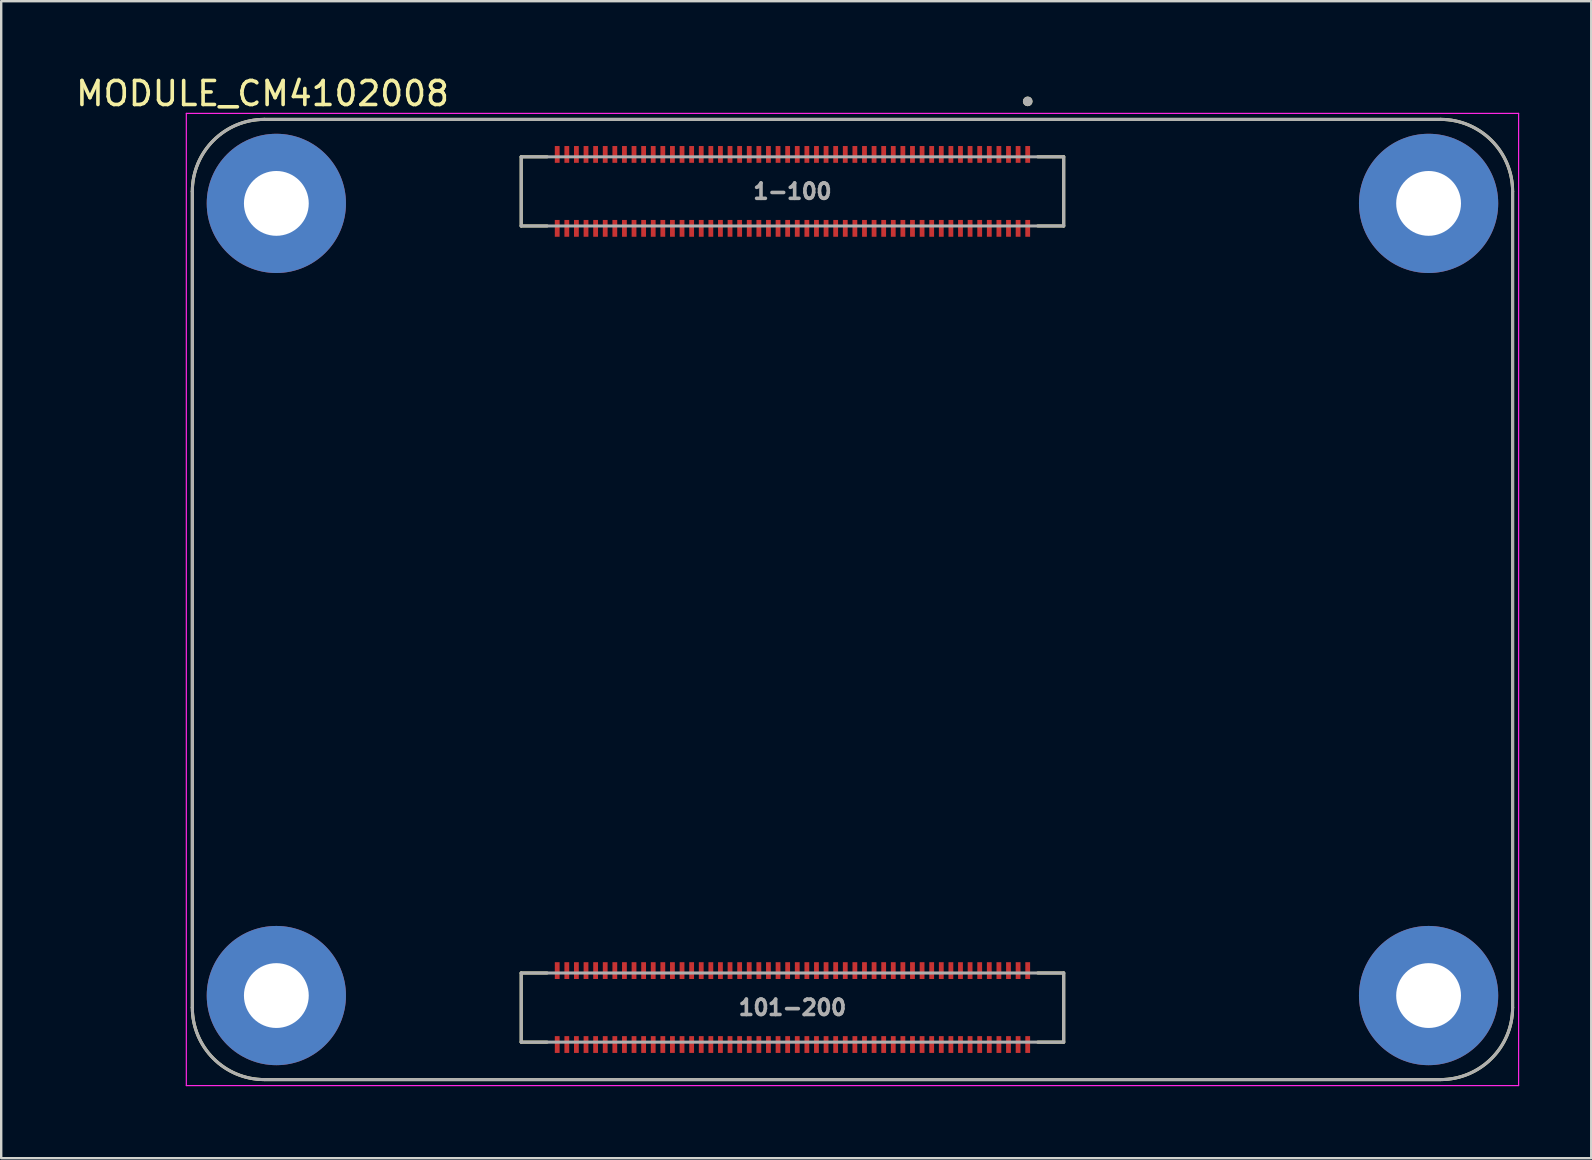
<source format=kicad_pcb>
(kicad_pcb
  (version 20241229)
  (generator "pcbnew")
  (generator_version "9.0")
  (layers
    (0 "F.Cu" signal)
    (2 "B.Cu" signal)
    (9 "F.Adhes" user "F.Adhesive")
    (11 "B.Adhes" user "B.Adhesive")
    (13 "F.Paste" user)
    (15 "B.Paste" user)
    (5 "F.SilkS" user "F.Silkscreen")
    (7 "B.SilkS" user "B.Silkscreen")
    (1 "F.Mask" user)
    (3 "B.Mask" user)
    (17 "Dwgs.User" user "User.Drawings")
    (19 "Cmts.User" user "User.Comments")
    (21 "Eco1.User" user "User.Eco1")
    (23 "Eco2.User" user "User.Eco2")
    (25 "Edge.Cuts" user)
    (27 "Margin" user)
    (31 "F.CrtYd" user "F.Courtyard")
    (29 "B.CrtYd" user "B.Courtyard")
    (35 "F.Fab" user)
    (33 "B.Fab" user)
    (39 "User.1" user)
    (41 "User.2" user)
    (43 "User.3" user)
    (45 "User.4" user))
  (footprint "MODULE_CM4102008"
    (layer "F.Cu")
    (at 32.462 21.923)
    (property "Reference" "MODULE_CM4102008" (at -24.575 -21.075 0) (layer "F.SilkS") (effects (font (size 1 1) (thickness 0.15))))
    (attr smd)
    (fp_line (start -27.5 -17) (end -27.5 17) (stroke (width 0.127) (type solid)) (layer "F.SilkS"))
    (fp_line (start -24.5 20) (end 24.5 20) (stroke (width 0.127) (type solid)) (layer "F.SilkS"))
    (fp_line (start -13.8 -18.44) (end -13.8 -15.56) (stroke (width 0.127) (type solid)) (layer "F.SilkS"))
    (fp_line (start -13.8 -15.56) (end -12.72 -15.56) (stroke (width 0.127) (type solid)) (layer "F.SilkS"))
    (fp_line (start -13.8 15.56) (end -13.8 18.44) (stroke (width 0.127) (type solid)) (layer "F.SilkS"))
    (fp_line (start -13.8 18.44) (end -12.72 18.44) (stroke (width 0.127) (type solid)) (layer "F.SilkS"))
    (fp_line (start -12.72 -18.44) (end -13.8 -18.44) (stroke (width 0.127) (type solid)) (layer "F.SilkS"))
    (fp_line (start -12.72 15.56) (end -13.8 15.56) (stroke (width 0.127) (type solid)) (layer "F.SilkS"))
    (fp_line (start 7.72 -18.44) (end 8.8 -18.44) (stroke (width 0.127) (type solid)) (layer "F.SilkS"))
    (fp_line (start 7.72 15.56) (end 8.8 15.56) (stroke (width 0.127) (type solid)) (layer "F.SilkS"))
    (fp_line (start 8.8 -18.44) (end 8.8 -15.56) (stroke (width 0.127) (type solid)) (layer "F.SilkS"))
    (fp_line (start 8.8 -15.56) (end 7.72 -15.56) (stroke (width 0.127) (type solid)) (layer "F.SilkS"))
    (fp_line (start 8.8 15.56) (end 8.8 18.44) (stroke (width 0.127) (type solid)) (layer "F.SilkS"))
    (fp_line (start 8.8 18.44) (end 7.72 18.44) (stroke (width 0.127) (type solid)) (layer "F.SilkS"))
    (fp_line (start 24.5 -20) (end -24.5 -20) (stroke (width 0.127) (type solid)) (layer "F.SilkS"))
    (fp_line (start 27.5 17) (end 27.5 -17) (stroke (width 0.127) (type solid)) (layer "F.SilkS"))
    (fp_arc (start -27.5 -17) (mid -26.62132 -19.12132) (end -24.5 -20) (stroke (width 0.127) (type solid)) (layer "F.SilkS"))
    (fp_arc (start -24.5 20) (mid -26.62132 19.12132) (end -27.5 17) (stroke (width 0.127) (type solid)) (layer "F.SilkS"))
    (fp_arc (start 24.5 -20) (mid 26.62132 -19.12132) (end 27.5 -17) (stroke (width 0.127) (type solid)) (layer "F.SilkS"))
    (fp_arc (start 27.5 17) (mid 26.62132 19.12132) (end 24.5 20) (stroke (width 0.127) (type solid)) (layer "F.SilkS"))
    (fp_circle (center 7.3 -20.75) (end 7.4 -20.75) (stroke (width 0.2) (type solid)) (fill no) (layer "F.SilkS"))
    (fp_line (start -27.75 -20.25) (end -27.75 20.25) (stroke (width 0.05) (type solid)) (layer "F.CrtYd"))
    (fp_line (start -27.75 20.25) (end 27.75 20.25) (stroke (width 0.05) (type solid)) (layer "F.CrtYd"))
    (fp_line (start 27.75 -20.25) (end -27.75 -20.25) (stroke (width 0.05) (type solid)) (layer "F.CrtYd"))
    (fp_line (start 27.75 20.25) (end 27.75 -20.25) (stroke (width 0.05) (type solid)) (layer "F.CrtYd"))
    (fp_line (start -27.5 -17) (end -27.5 17) (stroke (width 0.127) (type solid)) (layer "F.Fab"))
    (fp_line (start -24.5 20) (end 24.5 20) (stroke (width 0.127) (type solid)) (layer "F.Fab"))
    (fp_line (start -13.8 -18.44) (end 8.8 -18.44) (stroke (width 0.127) (type solid)) (layer "F.Fab"))
    (fp_line (start -13.8 -15.56) (end -13.8 -18.44) (stroke (width 0.127) (type solid)) (layer "F.Fab"))
    (fp_line (start -13.8 15.56) (end 8.8 15.56) (stroke (width 0.127) (type solid)) (layer "F.Fab"))
    (fp_line (start -13.8 18.44) (end -13.8 15.56) (stroke (width 0.127) (type solid)) (layer "F.Fab"))
    (fp_line (start 8.8 -18.44) (end 8.8 -15.56) (stroke (width 0.127) (type solid)) (layer "F.Fab"))
    (fp_line (start 8.8 -15.56) (end -13.8 -15.56) (stroke (width 0.127) (type solid)) (layer "F.Fab"))
    (fp_line (start 8.8 15.56) (end 8.8 18.44) (stroke (width 0.127) (type solid)) (layer "F.Fab"))
    (fp_line (start 8.8 18.44) (end -13.8 18.44) (stroke (width 0.127) (type solid)) (layer "F.Fab"))
    (fp_line (start 24.5 -20) (end -24.5 -20) (stroke (width 0.127) (type solid)) (layer "F.Fab"))
    (fp_line (start 27.5 17) (end 27.5 -17) (stroke (width 0.127) (type solid)) (layer "F.Fab"))
    (fp_arc (start -27.5 -17) (mid -26.62132 -19.12132) (end -24.5 -20) (stroke (width 0.127) (type solid)) (layer "F.Fab"))
    (fp_arc (start -24.5 20) (mid -26.62132 19.12132) (end -27.5 17) (stroke (width 0.127) (type solid)) (layer "F.Fab"))
    (fp_arc (start 24.5 -20) (mid 26.62132 -19.12132) (end 27.5 -17) (stroke (width 0.127) (type solid)) (layer "F.Fab"))
    (fp_arc (start 27.5 17) (mid 26.62132 19.12132) (end 24.5 20) (stroke (width 0.127) (type solid)) (layer "F.Fab"))
    (fp_circle (center 7.3 -20.75) (end 7.4 -20.75) (stroke (width 0.2) (type solid)) (fill no) (layer "F.Fab"))
    (fp_text user "101-200" (at -2.5 17 0) (layer "F.Fab") (effects (font (size 0.64 0.64) (thickness 0.15))))
    (fp_text user "1-100" (at -2.5 -17 0) (layer "F.Fab") (effects (font (size 0.64 0.64) (thickness 0.15))))
    (pad "1" smd rect (at 7.3 -18.54) (size 0.2 0.7) (layers "F.Cu" "F.Mask" "F.Paste"))
    (pad "2" smd rect (at 7.3 -15.46) (size 0.2 0.7) (layers "F.Cu" "F.Mask" "F.Paste"))
    (pad "3" smd rect (at 6.9 -18.54) (size 0.2 0.7) (layers "F.Cu" "F.Mask" "F.Paste"))
    (pad "4" smd rect (at 6.9 -15.46) (size 0.2 0.7) (layers "F.Cu" "F.Mask" "F.Paste"))
    (pad "5" smd rect (at 6.5 -18.54) (size 0.2 0.7) (layers "F.Cu" "F.Mask" "F.Paste"))
    (pad "6" smd rect (at 6.5 -15.46) (size 0.2 0.7) (layers "F.Cu" "F.Mask" "F.Paste"))
    (pad "7" smd rect (at 6.1 -18.54) (size 0.2 0.7) (layers "F.Cu" "F.Mask" "F.Paste"))
    (pad "8" smd rect (at 6.1 -15.46) (size 0.2 0.7) (layers "F.Cu" "F.Mask" "F.Paste"))
    (pad "9" smd rect (at 5.7 -18.54) (size 0.2 0.7) (layers "F.Cu" "F.Mask" "F.Paste"))
    (pad "10" smd rect (at 5.7 -15.46) (size 0.2 0.7) (layers "F.Cu" "F.Mask" "F.Paste"))
    (pad "11" smd rect (at 5.3 -18.54) (size 0.2 0.7) (layers "F.Cu" "F.Mask" "F.Paste"))
    (pad "12" smd rect (at 5.3 -15.46) (size 0.2 0.7) (layers "F.Cu" "F.Mask" "F.Paste"))
    (pad "13" smd rect (at 4.9 -18.54) (size 0.2 0.7) (layers "F.Cu" "F.Mask" "F.Paste"))
    (pad "14" smd rect (at 4.9 -15.46) (size 0.2 0.7) (layers "F.Cu" "F.Mask" "F.Paste"))
    (pad "15" smd rect (at 4.5 -18.54) (size 0.2 0.7) (layers "F.Cu" "F.Mask" "F.Paste"))
    (pad "16" smd rect (at 4.5 -15.46) (size 0.2 0.7) (layers "F.Cu" "F.Mask" "F.Paste"))
    (pad "17" smd rect (at 4.1 -18.54) (size 0.2 0.7) (layers "F.Cu" "F.Mask" "F.Paste"))
    (pad "18" smd rect (at 4.1 -15.46) (size 0.2 0.7) (layers "F.Cu" "F.Mask" "F.Paste"))
    (pad "19" smd rect (at 3.7 -18.54) (size 0.2 0.7) (layers "F.Cu" "F.Mask" "F.Paste"))
    (pad "20" smd rect (at 3.7 -15.46) (size 0.2 0.7) (layers "F.Cu" "F.Mask" "F.Paste"))
    (pad "21" smd rect (at 3.3 -18.54) (size 0.2 0.7) (layers "F.Cu" "F.Mask" "F.Paste"))
    (pad "22" smd rect (at 3.3 -15.46) (size 0.2 0.7) (layers "F.Cu" "F.Mask" "F.Paste"))
    (pad "23" smd rect (at 2.9 -18.54) (size 0.2 0.7) (layers "F.Cu" "F.Mask" "F.Paste"))
    (pad "24" smd rect (at 2.9 -15.46) (size 0.2 0.7) (layers "F.Cu" "F.Mask" "F.Paste"))
    (pad "25" smd rect (at 2.5 -18.54) (size 0.2 0.7) (layers "F.Cu" "F.Mask" "F.Paste"))
    (pad "26" smd rect (at 2.5 -15.46) (size 0.2 0.7) (layers "F.Cu" "F.Mask" "F.Paste"))
    (pad "27" smd rect (at 2.1 -18.54) (size 0.2 0.7) (layers "F.Cu" "F.Mask" "F.Paste"))
    (pad "28" smd rect (at 2.1 -15.46) (size 0.2 0.7) (layers "F.Cu" "F.Mask" "F.Paste"))
    (pad "29" smd rect (at 1.7 -18.54) (size 0.2 0.7) (layers "F.Cu" "F.Mask" "F.Paste"))
    (pad "30" smd rect (at 1.7 -15.46) (size 0.2 0.7) (layers "F.Cu" "F.Mask" "F.Paste"))
    (pad "31" smd rect (at 1.3 -18.54) (size 0.2 0.7) (layers "F.Cu" "F.Mask" "F.Paste"))
    (pad "32" smd rect (at 1.3 -15.46) (size 0.2 0.7) (layers "F.Cu" "F.Mask" "F.Paste"))
    (pad "33" smd rect (at 0.9 -18.54) (size 0.2 0.7) (layers "F.Cu" "F.Mask" "F.Paste"))
    (pad "34" smd rect (at 0.9 -15.46) (size 0.2 0.7) (layers "F.Cu" "F.Mask" "F.Paste"))
    (pad "35" smd rect (at 0.5 -18.54) (size 0.2 0.7) (layers "F.Cu" "F.Mask" "F.Paste"))
    (pad "36" smd rect (at 0.5 -15.46) (size 0.2 0.7) (layers "F.Cu" "F.Mask" "F.Paste"))
    (pad "37" smd rect (at 0.1 -18.54) (size 0.2 0.7) (layers "F.Cu" "F.Mask" "F.Paste"))
    (pad "38" smd rect (at 0.1 -15.46) (size 0.2 0.7) (layers "F.Cu" "F.Mask" "F.Paste"))
    (pad "39" smd rect (at -0.3 -18.54) (size 0.2 0.7) (layers "F.Cu" "F.Mask" "F.Paste"))
    (pad "40" smd rect (at -0.3 -15.46) (size 0.2 0.7) (layers "F.Cu" "F.Mask" "F.Paste"))
    (pad "41" smd rect (at -0.7 -18.54) (size 0.2 0.7) (layers "F.Cu" "F.Mask" "F.Paste"))
    (pad "42" smd rect (at -0.7 -15.46) (size 0.2 0.7) (layers "F.Cu" "F.Mask" "F.Paste"))
    (pad "43" smd rect (at -1.1 -18.54) (size 0.2 0.7) (layers "F.Cu" "F.Mask" "F.Paste"))
    (pad "44" smd rect (at -1.1 -15.46) (size 0.2 0.7) (layers "F.Cu" "F.Mask" "F.Paste"))
    (pad "45" smd rect (at -1.5 -18.54) (size 0.2 0.7) (layers "F.Cu" "F.Mask" "F.Paste"))
    (pad "46" smd rect (at -1.5 -15.46) (size 0.2 0.7) (layers "F.Cu" "F.Mask" "F.Paste"))
    (pad "47" smd rect (at -1.9 -18.54) (size 0.2 0.7) (layers "F.Cu" "F.Mask" "F.Paste"))
    (pad "48" smd rect (at -1.9 -15.46) (size 0.2 0.7) (layers "F.Cu" "F.Mask" "F.Paste"))
    (pad "49" smd rect (at -2.3 -18.54) (size 0.2 0.7) (layers "F.Cu" "F.Mask" "F.Paste"))
    (pad "50" smd rect (at -2.3 -15.46) (size 0.2 0.7) (layers "F.Cu" "F.Mask" "F.Paste"))
    (pad "51" smd rect (at -2.7 -18.54) (size 0.2 0.7) (layers "F.Cu" "F.Mask" "F.Paste"))
    (pad "52" smd rect (at -2.7 -15.46) (size 0.2 0.7) (layers "F.Cu" "F.Mask" "F.Paste"))
    (pad "53" smd rect (at -3.1 -18.54) (size 0.2 0.7) (layers "F.Cu" "F.Mask" "F.Paste"))
    (pad "54" smd rect (at -3.1 -15.46) (size 0.2 0.7) (layers "F.Cu" "F.Mask" "F.Paste"))
    (pad "55" smd rect (at -3.5 -18.54) (size 0.2 0.7) (layers "F.Cu" "F.Mask" "F.Paste"))
    (pad "56" smd rect (at -3.5 -15.46) (size 0.2 0.7) (layers "F.Cu" "F.Mask" "F.Paste"))
    (pad "57" smd rect (at -3.9 -18.54) (size 0.2 0.7) (layers "F.Cu" "F.Mask" "F.Paste"))
    (pad "58" smd rect (at -3.9 -15.46) (size 0.2 0.7) (layers "F.Cu" "F.Mask" "F.Paste"))
    (pad "59" smd rect (at -4.3 -18.54) (size 0.2 0.7) (layers "F.Cu" "F.Mask" "F.Paste"))
    (pad "60" smd rect (at -4.3 -15.46) (size 0.2 0.7) (layers "F.Cu" "F.Mask" "F.Paste"))
    (pad "61" smd rect (at -4.7 -18.54) (size 0.2 0.7) (layers "F.Cu" "F.Mask" "F.Paste"))
    (pad "62" smd rect (at -4.7 -15.46) (size 0.2 0.7) (layers "F.Cu" "F.Mask" "F.Paste"))
    (pad "63" smd rect (at -5.1 -18.54) (size 0.2 0.7) (layers "F.Cu" "F.Mask" "F.Paste"))
    (pad "64" smd rect (at -5.1 -15.46) (size 0.2 0.7) (layers "F.Cu" "F.Mask" "F.Paste"))
    (pad "65" smd rect (at -5.5 -18.54) (size 0.2 0.7) (layers "F.Cu" "F.Mask" "F.Paste"))
    (pad "66" smd rect (at -5.5 -15.46) (size 0.2 0.7) (layers "F.Cu" "F.Mask" "F.Paste"))
    (pad "67" smd rect (at -5.9 -18.54) (size 0.2 0.7) (layers "F.Cu" "F.Mask" "F.Paste"))
    (pad "68" smd rect (at -5.9 -15.46) (size 0.2 0.7) (layers "F.Cu" "F.Mask" "F.Paste"))
    (pad "69" smd rect (at -6.3 -18.54) (size 0.2 0.7) (layers "F.Cu" "F.Mask" "F.Paste"))
    (pad "70" smd rect (at -6.3 -15.46) (size 0.2 0.7) (layers "F.Cu" "F.Mask" "F.Paste"))
    (pad "71" smd rect (at -6.7 -18.54) (size 0.2 0.7) (layers "F.Cu" "F.Mask" "F.Paste"))
    (pad "72" smd rect (at -6.7 -15.46) (size 0.2 0.7) (layers "F.Cu" "F.Mask" "F.Paste"))
    (pad "73" smd rect (at -7.1 -18.54) (size 0.2 0.7) (layers "F.Cu" "F.Mask" "F.Paste"))
    (pad "74" smd rect (at -7.1 -15.46) (size 0.2 0.7) (layers "F.Cu" "F.Mask" "F.Paste"))
    (pad "75" smd rect (at -7.5 -18.54) (size 0.2 0.7) (layers "F.Cu" "F.Mask" "F.Paste"))
    (pad "76" smd rect (at -7.5 -15.46) (size 0.2 0.7) (layers "F.Cu" "F.Mask" "F.Paste"))
    (pad "77" smd rect (at -7.9 -18.54) (size 0.2 0.7) (layers "F.Cu" "F.Mask" "F.Paste"))
    (pad "78" smd rect (at -7.9 -15.46) (size 0.2 0.7) (layers "F.Cu" "F.Mask" "F.Paste"))
    (pad "79" smd rect (at -8.3 -18.54) (size 0.2 0.7) (layers "F.Cu" "F.Mask" "F.Paste"))
    (pad "80" smd rect (at -8.3 -15.46) (size 0.2 0.7) (layers "F.Cu" "F.Mask" "F.Paste"))
    (pad "81" smd rect (at -8.7 -18.54) (size 0.2 0.7) (layers "F.Cu" "F.Mask" "F.Paste"))
    (pad "82" smd rect (at -8.7 -15.46) (size 0.2 0.7) (layers "F.Cu" "F.Mask" "F.Paste"))
    (pad "83" smd rect (at -9.1 -18.54) (size 0.2 0.7) (layers "F.Cu" "F.Mask" "F.Paste"))
    (pad "84" smd rect (at -9.1 -15.46) (size 0.2 0.7) (layers "F.Cu" "F.Mask" "F.Paste"))
    (pad "85" smd rect (at -9.5 -18.54) (size 0.2 0.7) (layers "F.Cu" "F.Mask" "F.Paste"))
    (pad "86" smd rect (at -9.5 -15.46) (size 0.2 0.7) (layers "F.Cu" "F.Mask" "F.Paste"))
    (pad "87" smd rect (at -9.9 -18.54) (size 0.2 0.7) (layers "F.Cu" "F.Mask" "F.Paste"))
    (pad "88" smd rect (at -9.9 -15.46) (size 0.2 0.7) (layers "F.Cu" "F.Mask" "F.Paste"))
    (pad "89" smd rect (at -10.3 -18.54) (size 0.2 0.7) (layers "F.Cu" "F.Mask" "F.Paste"))
    (pad "90" smd rect (at -10.3 -15.46) (size 0.2 0.7) (layers "F.Cu" "F.Mask" "F.Paste"))
    (pad "91" smd rect (at -10.7 -18.54) (size 0.2 0.7) (layers "F.Cu" "F.Mask" "F.Paste"))
    (pad "92" smd rect (at -10.7 -15.46) (size 0.2 0.7) (layers "F.Cu" "F.Mask" "F.Paste"))
    (pad "93" smd rect (at -11.1 -18.54) (size 0.2 0.7) (layers "F.Cu" "F.Mask" "F.Paste"))
    (pad "94" smd rect (at -11.1 -15.46) (size 0.2 0.7) (layers "F.Cu" "F.Mask" "F.Paste"))
    (pad "95" smd rect (at -11.5 -18.54) (size 0.2 0.7) (layers "F.Cu" "F.Mask" "F.Paste"))
    (pad "96" smd rect (at -11.5 -15.46) (size 0.2 0.7) (layers "F.Cu" "F.Mask" "F.Paste"))
    (pad "97" smd rect (at -11.9 -18.54) (size 0.2 0.7) (layers "F.Cu" "F.Mask" "F.Paste"))
    (pad "98" smd rect (at -11.9 -15.46) (size 0.2 0.7) (layers "F.Cu" "F.Mask" "F.Paste"))
    (pad "99" smd rect (at -12.3 -18.54) (size 0.2 0.7) (layers "F.Cu" "F.Mask" "F.Paste"))
    (pad "100" smd rect (at -12.3 -15.46) (size 0.2 0.7) (layers "F.Cu" "F.Mask" "F.Paste"))
    (pad "101" smd rect (at 7.3 15.46) (size 0.2 0.7) (layers "F.Cu" "F.Mask" "F.Paste"))
    (pad "102" smd rect (at 7.3 18.54) (size 0.2 0.7) (layers "F.Cu" "F.Mask" "F.Paste"))
    (pad "103" smd rect (at 6.9 15.46) (size 0.2 0.7) (layers "F.Cu" "F.Mask" "F.Paste"))
    (pad "104" smd rect (at 6.9 18.54) (size 0.2 0.7) (layers "F.Cu" "F.Mask" "F.Paste"))
    (pad "105" smd rect (at 6.5 15.46) (size 0.2 0.7) (layers "F.Cu" "F.Mask" "F.Paste"))
    (pad "106" smd rect (at 6.5 18.54) (size 0.2 0.7) (layers "F.Cu" "F.Mask" "F.Paste"))
    (pad "107" smd rect (at 6.1 15.46) (size 0.2 0.7) (layers "F.Cu" "F.Mask" "F.Paste"))
    (pad "108" smd rect (at 6.1 18.54) (size 0.2 0.7) (layers "F.Cu" "F.Mask" "F.Paste"))
    (pad "109" smd rect (at 5.7 15.46) (size 0.2 0.7) (layers "F.Cu" "F.Mask" "F.Paste"))
    (pad "110" smd rect (at 5.7 18.54) (size 0.2 0.7) (layers "F.Cu" "F.Mask" "F.Paste"))
    (pad "111" smd rect (at 5.3 15.46) (size 0.2 0.7) (layers "F.Cu" "F.Mask" "F.Paste"))
    (pad "112" smd rect (at 5.3 18.54) (size 0.2 0.7) (layers "F.Cu" "F.Mask" "F.Paste"))
    (pad "113" smd rect (at 4.9 15.46) (size 0.2 0.7) (layers "F.Cu" "F.Mask" "F.Paste"))
    (pad "114" smd rect (at 4.9 18.54) (size 0.2 0.7) (layers "F.Cu" "F.Mask" "F.Paste"))
    (pad "115" smd rect (at 4.5 15.46) (size 0.2 0.7) (layers "F.Cu" "F.Mask" "F.Paste"))
    (pad "116" smd rect (at 4.5 18.54) (size 0.2 0.7) (layers "F.Cu" "F.Mask" "F.Paste"))
    (pad "117" smd rect (at 4.1 15.46) (size 0.2 0.7) (layers "F.Cu" "F.Mask" "F.Paste"))
    (pad "118" smd rect (at 4.1 18.54) (size 0.2 0.7) (layers "F.Cu" "F.Mask" "F.Paste"))
    (pad "119" smd rect (at 3.7 15.46) (size 0.2 0.7) (layers "F.Cu" "F.Mask" "F.Paste"))
    (pad "120" smd rect (at 3.7 18.54) (size 0.2 0.7) (layers "F.Cu" "F.Mask" "F.Paste"))
    (pad "121" smd rect (at 3.3 15.46) (size 0.2 0.7) (layers "F.Cu" "F.Mask" "F.Paste"))
    (pad "122" smd rect (at 3.3 18.54) (size 0.2 0.7) (layers "F.Cu" "F.Mask" "F.Paste"))
    (pad "123" smd rect (at 2.9 15.46) (size 0.2 0.7) (layers "F.Cu" "F.Mask" "F.Paste"))
    (pad "124" smd rect (at 2.9 18.54) (size 0.2 0.7) (layers "F.Cu" "F.Mask" "F.Paste"))
    (pad "125" smd rect (at 2.5 15.46) (size 0.2 0.7) (layers "F.Cu" "F.Mask" "F.Paste"))
    (pad "126" smd rect (at 2.5 18.54) (size 0.2 0.7) (layers "F.Cu" "F.Mask" "F.Paste"))
    (pad "127" smd rect (at 2.1 15.46) (size 0.2 0.7) (layers "F.Cu" "F.Mask" "F.Paste"))
    (pad "128" smd rect (at 2.1 18.54) (size 0.2 0.7) (layers "F.Cu" "F.Mask" "F.Paste"))
    (pad "129" smd rect (at 1.7 15.46) (size 0.2 0.7) (layers "F.Cu" "F.Mask" "F.Paste"))
    (pad "130" smd rect (at 1.7 18.54) (size 0.2 0.7) (layers "F.Cu" "F.Mask" "F.Paste"))
    (pad "131" smd rect (at 1.3 15.46) (size 0.2 0.7) (layers "F.Cu" "F.Mask" "F.Paste"))
    (pad "132" smd rect (at 1.3 18.54) (size 0.2 0.7) (layers "F.Cu" "F.Mask" "F.Paste"))
    (pad "133" smd rect (at 0.9 15.46) (size 0.2 0.7) (layers "F.Cu" "F.Mask" "F.Paste"))
    (pad "134" smd rect (at 0.9 18.54) (size 0.2 0.7) (layers "F.Cu" "F.Mask" "F.Paste"))
    (pad "135" smd rect (at 0.5 15.46) (size 0.2 0.7) (layers "F.Cu" "F.Mask" "F.Paste"))
    (pad "136" smd rect (at 0.5 18.54) (size 0.2 0.7) (layers "F.Cu" "F.Mask" "F.Paste"))
    (pad "137" smd rect (at 0.1 15.46) (size 0.2 0.7) (layers "F.Cu" "F.Mask" "F.Paste"))
    (pad "138" smd rect (at 0.1 18.54) (size 0.2 0.7) (layers "F.Cu" "F.Mask" "F.Paste"))
    (pad "139" smd rect (at -0.3 15.46) (size 0.2 0.7) (layers "F.Cu" "F.Mask" "F.Paste"))
    (pad "140" smd rect (at -0.3 18.54) (size 0.2 0.7) (layers "F.Cu" "F.Mask" "F.Paste"))
    (pad "141" smd rect (at -0.7 15.46) (size 0.2 0.7) (layers "F.Cu" "F.Mask" "F.Paste"))
    (pad "142" smd rect (at -0.7 18.54) (size 0.2 0.7) (layers "F.Cu" "F.Mask" "F.Paste"))
    (pad "143" smd rect (at -1.1 15.46) (size 0.2 0.7) (layers "F.Cu" "F.Mask" "F.Paste"))
    (pad "144" smd rect (at -1.1 18.54) (size 0.2 0.7) (layers "F.Cu" "F.Mask" "F.Paste"))
    (pad "145" smd rect (at -1.5 15.46) (size 0.2 0.7) (layers "F.Cu" "F.Mask" "F.Paste"))
    (pad "146" smd rect (at -1.5 18.54) (size 0.2 0.7) (layers "F.Cu" "F.Mask" "F.Paste"))
    (pad "147" smd rect (at -1.9 15.46) (size 0.2 0.7) (layers "F.Cu" "F.Mask" "F.Paste"))
    (pad "148" smd rect (at -1.9 18.54) (size 0.2 0.7) (layers "F.Cu" "F.Mask" "F.Paste"))
    (pad "149" smd rect (at -2.3 15.46) (size 0.2 0.7) (layers "F.Cu" "F.Mask" "F.Paste"))
    (pad "150" smd rect (at -2.3 18.54) (size 0.2 0.7) (layers "F.Cu" "F.Mask" "F.Paste"))
    (pad "151" smd rect (at -2.7 15.46) (size 0.2 0.7) (layers "F.Cu" "F.Mask" "F.Paste"))
    (pad "152" smd rect (at -2.7 18.54) (size 0.2 0.7) (layers "F.Cu" "F.Mask" "F.Paste"))
    (pad "153" smd rect (at -3.1 15.46) (size 0.2 0.7) (layers "F.Cu" "F.Mask" "F.Paste"))
    (pad "154" smd rect (at -3.1 18.54) (size 0.2 0.7) (layers "F.Cu" "F.Mask" "F.Paste"))
    (pad "155" smd rect (at -3.5 15.46) (size 0.2 0.7) (layers "F.Cu" "F.Mask" "F.Paste"))
    (pad "156" smd rect (at -3.5 18.54) (size 0.2 0.7) (layers "F.Cu" "F.Mask" "F.Paste"))
    (pad "157" smd rect (at -3.9 15.46) (size 0.2 0.7) (layers "F.Cu" "F.Mask" "F.Paste"))
    (pad "158" smd rect (at -3.9 18.54) (size 0.2 0.7) (layers "F.Cu" "F.Mask" "F.Paste"))
    (pad "159" smd rect (at -4.3 15.46) (size 0.2 0.7) (layers "F.Cu" "F.Mask" "F.Paste"))
    (pad "160" smd rect (at -4.3 18.54) (size 0.2 0.7) (layers "F.Cu" "F.Mask" "F.Paste"))
    (pad "161" smd rect (at -4.7 15.46) (size 0.2 0.7) (layers "F.Cu" "F.Mask" "F.Paste"))
    (pad "162" smd rect (at -4.7 18.54) (size 0.2 0.7) (layers "F.Cu" "F.Mask" "F.Paste"))
    (pad "163" smd rect (at -5.1 15.46) (size 0.2 0.7) (layers "F.Cu" "F.Mask" "F.Paste"))
    (pad "164" smd rect (at -5.1 18.54) (size 0.2 0.7) (layers "F.Cu" "F.Mask" "F.Paste"))
    (pad "165" smd rect (at -5.5 15.46) (size 0.2 0.7) (layers "F.Cu" "F.Mask" "F.Paste"))
    (pad "166" smd rect (at -5.5 18.54) (size 0.2 0.7) (layers "F.Cu" "F.Mask" "F.Paste"))
    (pad "167" smd rect (at -5.9 15.46) (size 0.2 0.7) (layers "F.Cu" "F.Mask" "F.Paste"))
    (pad "168" smd rect (at -5.9 18.54) (size 0.2 0.7) (layers "F.Cu" "F.Mask" "F.Paste"))
    (pad "169" smd rect (at -6.3 15.46) (size 0.2 0.7) (layers "F.Cu" "F.Mask" "F.Paste"))
    (pad "170" smd rect (at -6.3 18.54) (size 0.2 0.7) (layers "F.Cu" "F.Mask" "F.Paste"))
    (pad "171" smd rect (at -6.7 15.46) (size 0.2 0.7) (layers "F.Cu" "F.Mask" "F.Paste"))
    (pad "172" smd rect (at -6.7 18.54) (size 0.2 0.7) (layers "F.Cu" "F.Mask" "F.Paste"))
    (pad "173" smd rect (at -7.1 15.46) (size 0.2 0.7) (layers "F.Cu" "F.Mask" "F.Paste"))
    (pad "174" smd rect (at -7.1 18.54) (size 0.2 0.7) (layers "F.Cu" "F.Mask" "F.Paste"))
    (pad "175" smd rect (at -7.5 15.46) (size 0.2 0.7) (layers "F.Cu" "F.Mask" "F.Paste"))
    (pad "176" smd rect (at -7.5 18.54) (size 0.2 0.7) (layers "F.Cu" "F.Mask" "F.Paste"))
    (pad "177" smd rect (at -7.9 15.46) (size 0.2 0.7) (layers "F.Cu" "F.Mask" "F.Paste"))
    (pad "178" smd rect (at -7.9 18.54) (size 0.2 0.7) (layers "F.Cu" "F.Mask" "F.Paste"))
    (pad "179" smd rect (at -8.3 15.46) (size 0.2 0.7) (layers "F.Cu" "F.Mask" "F.Paste"))
    (pad "180" smd rect (at -8.3 18.54) (size 0.2 0.7) (layers "F.Cu" "F.Mask" "F.Paste"))
    (pad "181" smd rect (at -8.7 15.46) (size 0.2 0.7) (layers "F.Cu" "F.Mask" "F.Paste"))
    (pad "182" smd rect (at -8.7 18.54) (size 0.2 0.7) (layers "F.Cu" "F.Mask" "F.Paste"))
    (pad "183" smd rect (at -9.1 15.46) (size 0.2 0.7) (layers "F.Cu" "F.Mask" "F.Paste"))
    (pad "184" smd rect (at -9.1 18.54) (size 0.2 0.7) (layers "F.Cu" "F.Mask" "F.Paste"))
    (pad "185" smd rect (at -9.5 15.46) (size 0.2 0.7) (layers "F.Cu" "F.Mask" "F.Paste"))
    (pad "186" smd rect (at -9.5 18.54) (size 0.2 0.7) (layers "F.Cu" "F.Mask" "F.Paste"))
    (pad "187" smd rect (at -9.9 15.46) (size 0.2 0.7) (layers "F.Cu" "F.Mask" "F.Paste"))
    (pad "188" smd rect (at -9.9 18.54) (size 0.2 0.7) (layers "F.Cu" "F.Mask" "F.Paste"))
    (pad "189" smd rect (at -10.3 15.46) (size 0.2 0.7) (layers "F.Cu" "F.Mask" "F.Paste"))
    (pad "190" smd rect (at -10.3 18.54) (size 0.2 0.7) (layers "F.Cu" "F.Mask" "F.Paste"))
    (pad "191" smd rect (at -10.7 15.46) (size 0.2 0.7) (layers "F.Cu" "F.Mask" "F.Paste"))
    (pad "192" smd rect (at -10.7 18.54) (size 0.2 0.7) (layers "F.Cu" "F.Mask" "F.Paste"))
    (pad "193" smd rect (at -11.1 15.46) (size 0.2 0.7) (layers "F.Cu" "F.Mask" "F.Paste"))
    (pad "194" smd rect (at -11.1 18.54) (size 0.2 0.7) (layers "F.Cu" "F.Mask" "F.Paste"))
    (pad "195" smd rect (at -11.5 15.46) (size 0.2 0.7) (layers "F.Cu" "F.Mask" "F.Paste"))
    (pad "196" smd rect (at -11.5 18.54) (size 0.2 0.7) (layers "F.Cu" "F.Mask" "F.Paste"))
    (pad "197" smd rect (at -11.9 15.46) (size 0.2 0.7) (layers "F.Cu" "F.Mask" "F.Paste"))
    (pad "198" smd rect (at -11.9 18.54) (size 0.2 0.7) (layers "F.Cu" "F.Mask" "F.Paste"))
    (pad "199" smd rect (at -12.3 15.46) (size 0.2 0.7) (layers "F.Cu" "F.Mask" "F.Paste"))
    (pad "200" smd rect (at -12.3 18.54) (size 0.2 0.7) (layers "F.Cu" "F.Mask" "F.Paste"))
    (pad "SH1" thru_hole circle (at -24 -16.5) (size 5.8 5.8) (drill 2.7) (layers "*.Cu" "*.Mask"))
    (pad "SH2" thru_hole circle (at 24 -16.5) (size 5.8 5.8) (drill 2.7) (layers "*.Cu" "*.Mask"))
    (pad "SH3" thru_hole circle (at -24 16.5) (size 5.8 5.8) (drill 2.7) (layers "*.Cu" "*.Mask"))
    (pad "SH4" thru_hole circle (at 24 16.5) (size 5.8 5.8) (drill 2.7) (layers "*.Cu" "*.Mask")))
  (gr_rect
    (start -3 -3)
    (end 63.237 45.198)
    (stroke (width 0.1) (type default))
    (fill no)
    (layer "Edge.Cuts")))
</source>
